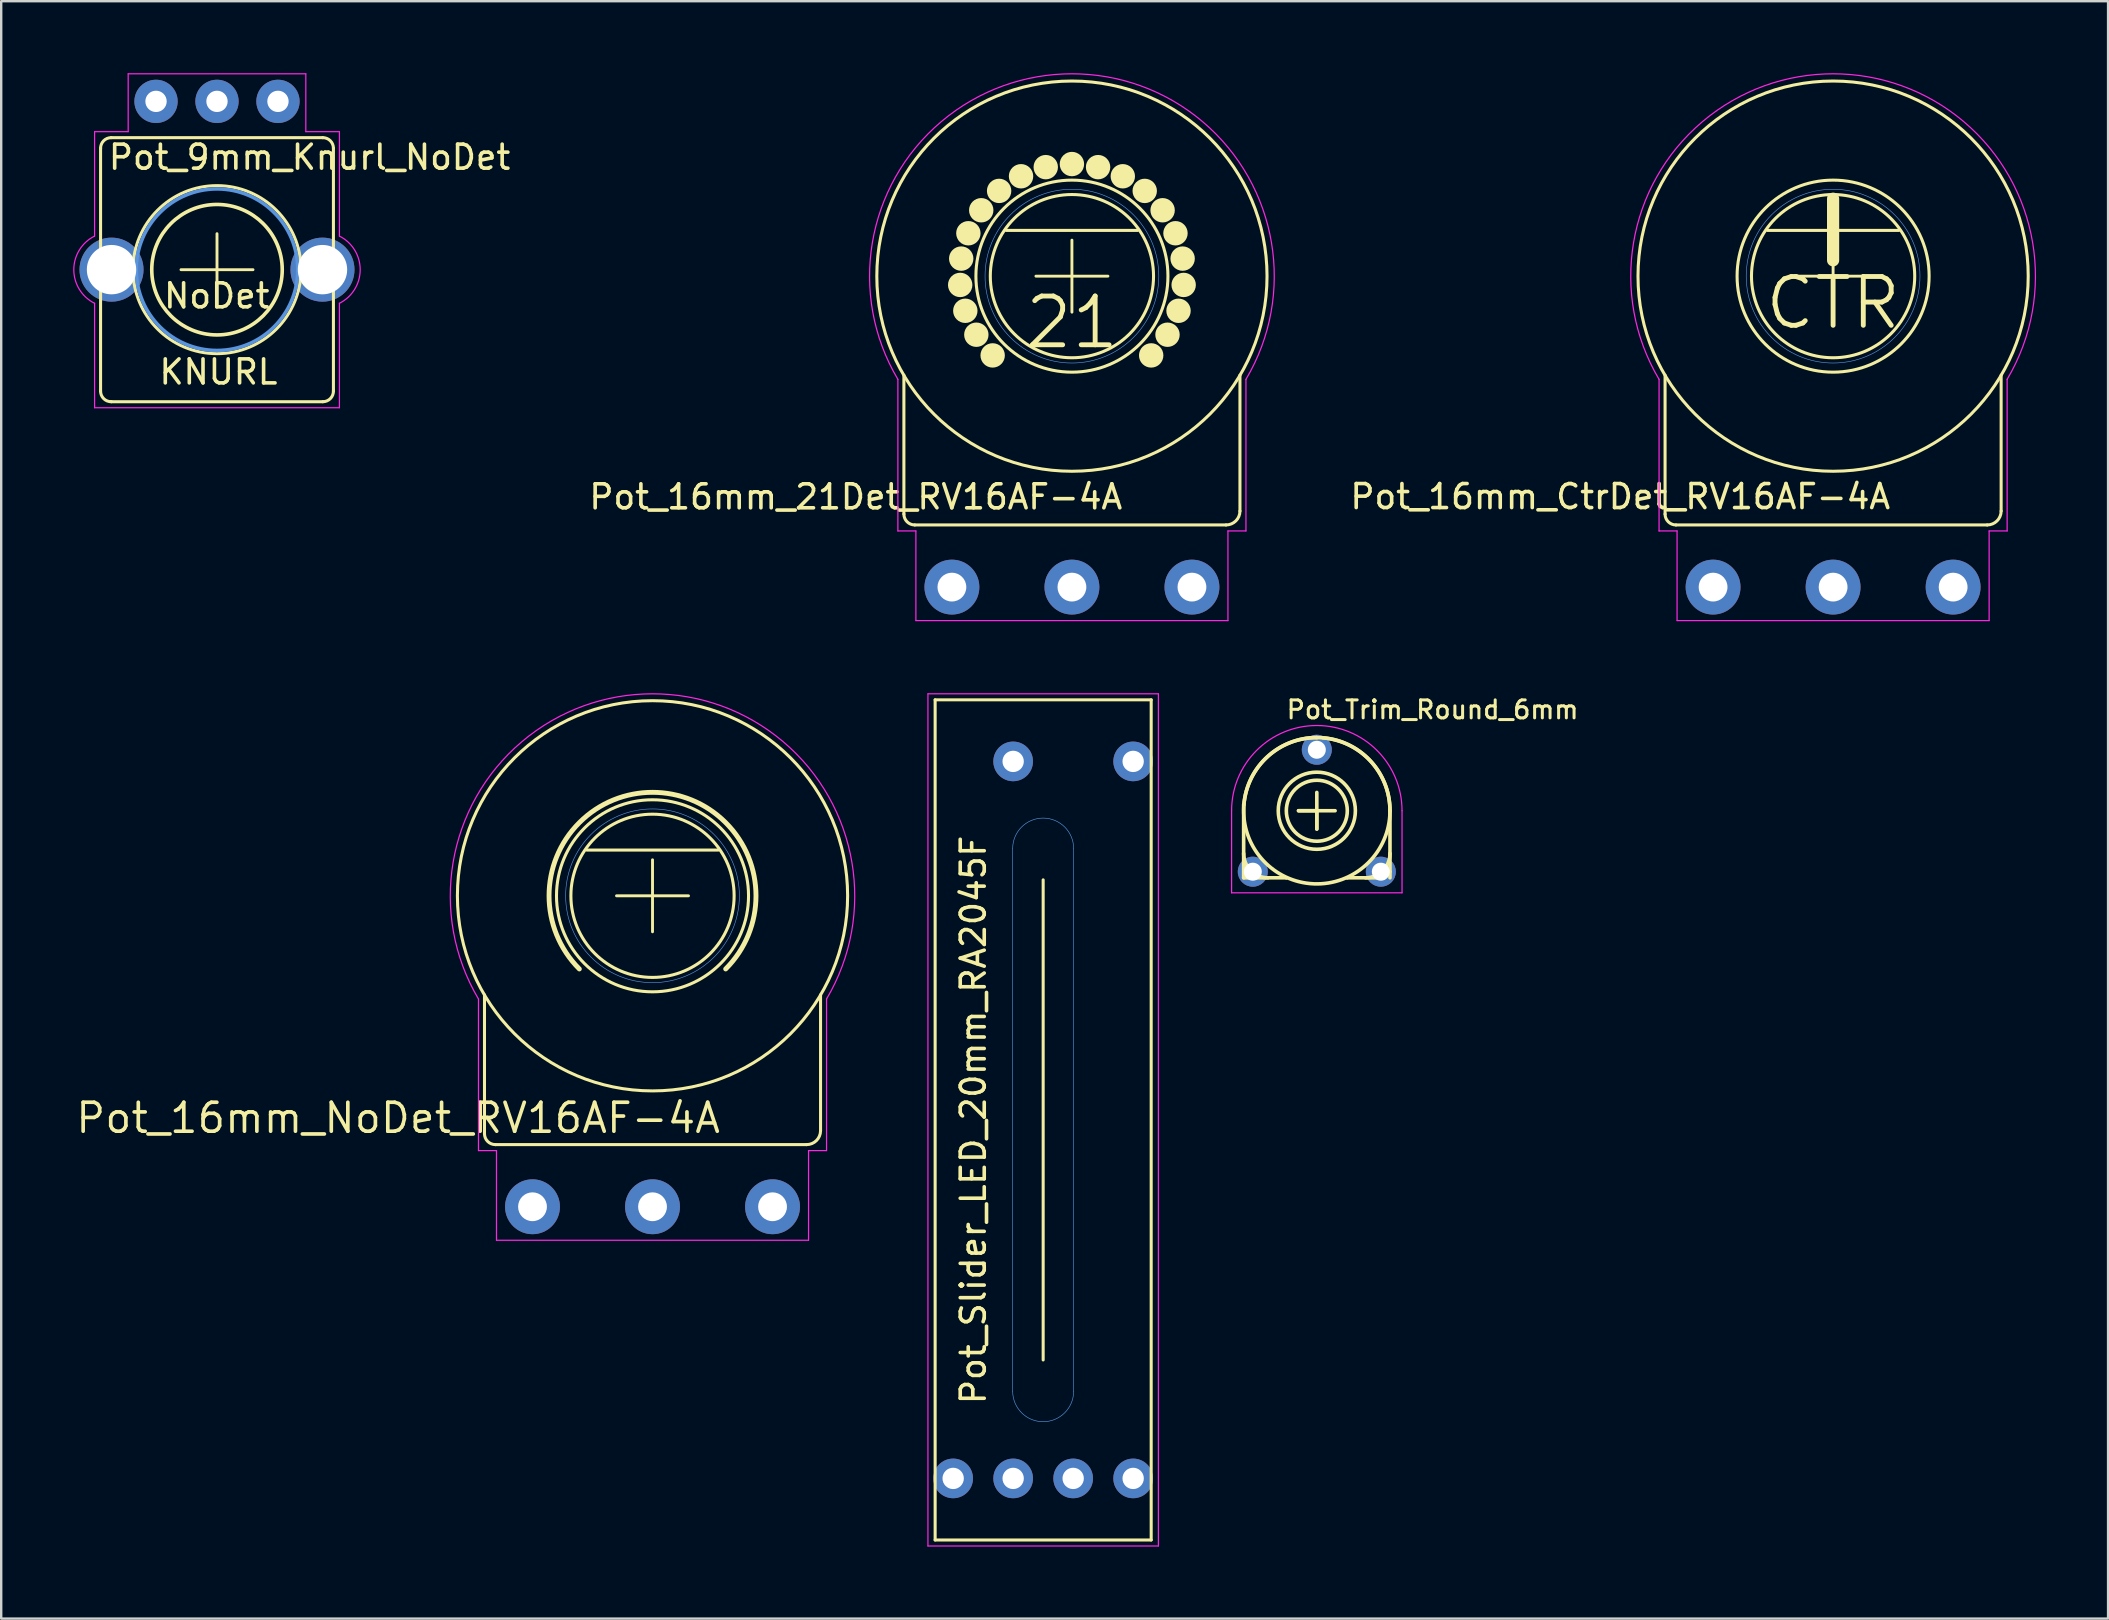
<source format=kicad_pcb>
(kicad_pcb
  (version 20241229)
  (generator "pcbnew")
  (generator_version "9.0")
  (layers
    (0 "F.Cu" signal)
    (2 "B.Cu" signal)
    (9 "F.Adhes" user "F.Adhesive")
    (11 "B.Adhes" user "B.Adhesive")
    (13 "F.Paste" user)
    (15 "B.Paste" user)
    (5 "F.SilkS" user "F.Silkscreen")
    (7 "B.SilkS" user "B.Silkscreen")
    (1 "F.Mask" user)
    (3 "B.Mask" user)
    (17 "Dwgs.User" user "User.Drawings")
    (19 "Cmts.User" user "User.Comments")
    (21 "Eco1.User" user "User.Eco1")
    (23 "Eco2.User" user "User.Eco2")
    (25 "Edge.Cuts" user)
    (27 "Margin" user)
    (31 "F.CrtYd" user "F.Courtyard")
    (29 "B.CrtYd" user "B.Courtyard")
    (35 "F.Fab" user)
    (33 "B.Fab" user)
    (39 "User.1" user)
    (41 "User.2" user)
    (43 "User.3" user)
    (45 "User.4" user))
  (footprint "Pot_16mm_21Det_RV16AF-4A"
    (layer "F.Cu")
    (at 41.605 8.454)
    (property "Reference" "Pot_16mm_21Det_RV16AF-4A" (at 2.19 8.61 0) (layer "F.SilkS") (effects (font (size 1 1) (thickness 0.15)) (justify right top)))
    (attr through_hole)
    (fp_line (start -7 4.127) (end -7 9.912) (stroke (width 0.127) (type solid)) (layer "F.SilkS"))
    (fp_line (start -6.547 10.365) (end 6.42 10.365) (stroke (width 0.127) (type solid)) (layer "F.SilkS"))
    (fp_line (start -2.738 -1.905) (end 2.738 -1.905) (stroke (width 0.127) (type solid)) (layer "F.SilkS"))
    (fp_line (start -1.5 0) (end 1.5 0) (stroke (width 0.12) (type solid)) (layer "F.SilkS"))
    (fp_line (start 0 1.5) (end 0 -1.5) (stroke (width 0.12) (type solid)) (layer "F.SilkS"))
    (fp_line (start 7 9.785) (end 7 4.127) (stroke (width 0.127) (type solid)) (layer "F.SilkS"))
    (fp_arc (start -6.546894 10.365) (mid -6.867288 10.232288) (end -7 9.911894) (stroke (width 0.127) (type solid)) (layer "F.SilkS"))
    (fp_arc (start 7 9.784894) (mid 6.830091 10.195091) (end 6.419894 10.365) (stroke (width 0.127) (type solid)) (layer "F.SilkS"))
    (fp_circle (center -4.655 0.366) (end -4.655 0.62) (stroke (width 0.508) (type solid)) (fill no) (layer "F.SilkS"))
    (fp_circle (center -4.612 -0.731) (end -4.612 -0.477) (stroke (width 0.508) (type solid)) (fill no) (layer "F.SilkS"))
    (fp_circle (center -4.441 1.443) (end -4.441 1.697) (stroke (width 0.508) (type solid)) (fill no) (layer "F.SilkS"))
    (fp_circle (center -4.314 -1.787) (end -4.314 -1.533) (stroke (width 0.508) (type solid)) (fill no) (layer "F.SilkS"))
    (fp_circle (center -3.982 2.44) (end -3.982 2.694) (stroke (width 0.508) (type solid)) (fill no) (layer "F.SilkS"))
    (fp_circle (center -3.778 -2.745) (end -3.778 -2.491) (stroke (width 0.508) (type solid)) (fill no) (layer "F.SilkS"))
    (fp_circle (center -3.302 3.302) (end -3.302 3.556) (stroke (width 0.508) (type solid)) (fill no) (layer "F.SilkS"))
    (fp_circle (center -3.033 -3.551) (end -3.033 -3.297) (stroke (width 0.508) (type solid)) (fill no) (layer "F.SilkS"))
    (fp_circle (center -2.12 -4.161) (end -2.12 -3.907) (stroke (width 0.508) (type solid)) (fill no) (layer "F.SilkS"))
    (fp_circle (center -1.09 -4.541) (end -1.09 -4.287) (stroke (width 0.508) (type solid)) (fill no) (layer "F.SilkS"))
    (fp_circle (center 0 -4.67) (end 0 -4.416) (stroke (width 0.508) (type solid)) (fill no) (layer "F.SilkS"))
    (fp_circle (center 0 0) (end 3.4 0) (stroke (width 0.127) (type solid)) (fill no) (layer "F.SilkS"))
    (fp_circle (center 0 0) (end 4 0) (stroke (width 0.127) (type solid)) (fill no) (layer "F.SilkS"))
    (fp_circle (center 0 0) (end 8.128 0) (stroke (width 0.127) (type solid)) (fill no) (layer "F.SilkS"))
    (fp_circle (center 1.09 -4.541) (end 1.09 -4.287) (stroke (width 0.508) (type solid)) (fill no) (layer "F.SilkS"))
    (fp_circle (center 2.12 -4.161) (end 2.12 -3.907) (stroke (width 0.508) (type solid)) (fill no) (layer "F.SilkS"))
    (fp_circle (center 3.033 -3.551) (end 3.033 -3.297) (stroke (width 0.508) (type solid)) (fill no) (layer "F.SilkS"))
    (fp_circle (center 3.302 3.302) (end 3.302 3.556) (stroke (width 0.508) (type solid)) (fill no) (layer "F.SilkS"))
    (fp_circle (center 3.778 -2.745) (end 3.778 -2.491) (stroke (width 0.508) (type solid)) (fill no) (layer "F.SilkS"))
    (fp_circle (center 3.982 2.44) (end 3.982 2.694) (stroke (width 0.508) (type solid)) (fill no) (layer "F.SilkS"))
    (fp_circle (center 4.314 -1.787) (end 4.314 -1.533) (stroke (width 0.508) (type solid)) (fill no) (layer "F.SilkS"))
    (fp_circle (center 4.441 1.443) (end 4.441 1.697) (stroke (width 0.508) (type solid)) (fill no) (layer "F.SilkS"))
    (fp_circle (center 4.612 -0.731) (end 4.612 -0.477) (stroke (width 0.508) (type solid)) (fill no) (layer "F.SilkS"))
    (fp_circle (center 4.655 0.366) (end 4.655 0.62) (stroke (width 0.508) (type solid)) (fill no) (layer "F.SilkS"))
    (fp_circle (center 0 0) (end 3.619 0) (stroke (width 0.025) (type solid)) (fill no) (layer "Cmts.User"))
    (fp_line (start -7.25 4.3) (end -7.25 10.615) (stroke (width 0.05) (type solid)) (layer "F.CrtYd"))
    (fp_line (start -7.25 10.615) (end -6.5 10.615) (stroke (width 0.05) (type solid)) (layer "F.CrtYd"))
    (fp_line (start -6.5 10.615) (end -6.5 14.35) (stroke (width 0.05) (type solid)) (layer "F.CrtYd"))
    (fp_line (start -6.5 14.35) (end 6.5 14.35) (stroke (width 0.05) (type solid)) (layer "F.CrtYd"))
    (fp_line (start 6.5 10.615) (end 7.25 10.615) (stroke (width 0.05) (type solid)) (layer "F.CrtYd"))
    (fp_line (start 6.5 14.35) (end 6.5 10.615) (stroke (width 0.05) (type solid)) (layer "F.CrtYd"))
    (fp_line (start 7.25 10.615) (end 7.25 4.3) (stroke (width 0.05) (type solid)) (layer "F.CrtYd"))
    (fp_arc (start -7.249999 4.3) (mid 0 -8.429264) (end 7.249999 4.299999) (stroke (width 0.05) (type solid)) (layer "F.CrtYd"))
    (fp_text user "21" (at 0 1.93 0) (layer "F.SilkS") (effects (font (size 2.032 2.032) (thickness 0.203))))
    (pad "1" thru_hole circle (at -5 12.954 90) (size 2.286 2.286) (drill 1.2) (layers "*.Cu" "*.Mask"))
    (pad "2" thru_hole circle (at 0 12.954 90) (size 2.286 2.286) (drill 1.2) (layers "*.Cu" "*.Mask"))
    (pad "3" thru_hole circle (at 5 12.954 90) (size 2.286 2.286) (drill 1.2) (layers "*.Cu" "*.Mask")))
  (footprint "Pot_Trim_Round_6mm"
    (layer "F.Cu")
    (at 51.807 30.724)
    (property "Reference" "Pot_Trim_Round_6mm" (at -1.33 -3.77 0) (layer "F.SilkS") (effects (font (size 0.75 0.75) (thickness 0.125)) (justify left bottom)))
    (attr through_hole)
    (fp_line (start -3.048 2.794) (end -3.048 -0.254) (stroke (width 0.15) (type solid)) (layer "F.SilkS"))
    (fp_line (start -3.048 2.794) (end -1.27 2.794) (stroke (width 0.15) (type solid)) (layer "F.SilkS"))
    (fp_line (start -1.27 2.794) (end -1.27 2.794) (stroke (width 0.15) (type solid)) (layer "F.SilkS"))
    (fp_line (start -0.762 0) (end 0.762 0) (stroke (width 0.15) (type solid)) (layer "F.SilkS"))
    (fp_line (start 0 -0.762) (end 0 0.762) (stroke (width 0.15) (type solid)) (layer "F.SilkS"))
    (fp_line (start 0 0) (end -0.762 0) (stroke (width 0.15) (type solid)) (layer "F.SilkS"))
    (fp_line (start 0 0.762) (end 0 0) (stroke (width 0.15) (type solid)) (layer "F.SilkS"))
    (fp_line (start 1.27 2.794) (end 1.27 2.794) (stroke (width 0.15) (type solid)) (layer "F.SilkS"))
    (fp_line (start 2.794 2.794) (end 1.27 2.794) (stroke (width 0.15) (type solid)) (layer "F.SilkS"))
    (fp_line (start 3.048 0) (end 3.048 2.54) (stroke (width 0.15) (type solid)) (layer "F.SilkS"))
    (fp_line (start 3.048 2.54) (end 3.048 2.794) (stroke (width 0.15) (type solid)) (layer "F.SilkS"))
    (fp_arc (start -3.037471 -0.253123) (mid -2.063829 -2.242969) (end 0 -3.048) (stroke (width 0.15) (type solid)) (layer "F.SilkS"))
    (fp_arc (start -2.032 2.794) (mid -2.75042 2.49642) (end -3.048 1.778) (stroke (width 0.15) (type solid)) (layer "F.SilkS"))
    (fp_arc (start 0 -3.048) (mid 2.155261 -2.155261) (end 3.048 0) (stroke (width 0.15) (type solid)) (layer "F.SilkS"))
    (fp_arc (start 0.253123 -3.037471) (mid -0.126671 3.045366) (end 0 -3.048) (stroke (width 0.15) (type solid)) (layer "F.SilkS"))
    (fp_arc (start 3.048 1.778) (mid 2.75042 2.49642) (end 2.032 2.794) (stroke (width 0.15) (type solid)) (layer "F.SilkS"))
    (fp_circle (center 0 0) (end 0.508 1.524) (stroke (width 0.15) (type solid)) (fill no) (layer "F.SilkS"))
    (fp_circle (center 0 0) (end 0.762 1.016) (stroke (width 0.15) (type solid)) (fill no) (layer "F.SilkS"))
    (fp_line (start -3.55 3.42) (end -3.55 0) (stroke (width 0.05) (type solid)) (layer "F.CrtYd"))
    (fp_line (start -3.55 3.42) (end 3.55 3.42) (stroke (width 0.05) (type solid)) (layer "F.CrtYd"))
    (fp_line (start 3.55 3.42) (end 3.55 0) (stroke (width 0.05) (type solid)) (layer "F.CrtYd"))
    (fp_arc (start -3.55 0) (mid 0 -3.55) (end 3.55 0) (stroke (width 0.05) (type solid)) (layer "F.CrtYd"))
    (pad "1" thru_hole circle (at -2.667 2.54) (size 1.25 1.25) (drill 0.75) (layers "*.Cu" "*.Mask"))
    (pad "2" thru_hole circle (at 0 -2.54) (size 1.25 1.25) (drill 0.75) (layers "*.Cu" "*.Mask"))
    (pad "3" thru_hole circle (at 2.667 2.54) (size 1.25 1.25) (drill 0.75) (layers "*.Cu" "*.Mask")))
  (footprint "Pot_16mm_CtrDet_RV16AF-4A"
    (layer "F.Cu")
    (at 73.315 8.454)
    (property "Reference" "Pot_16mm_CtrDet_RV16AF-4A" (at 2.47 8.6 0) (layer "F.SilkS") (effects (font (size 1 1) (thickness 0.15)) (justify right top)))
    (attr through_hole)
    (fp_line (start -7 4.127) (end -7 9.912) (stroke (width 0.127) (type solid)) (layer "F.SilkS"))
    (fp_line (start -6.547 10.365) (end 6.42 10.365) (stroke (width 0.127) (type solid)) (layer "F.SilkS"))
    (fp_line (start -2.738 -1.905) (end 2.738 -1.905) (stroke (width 0.127) (type solid)) (layer "F.SilkS"))
    (fp_line (start -1.5 0) (end 1.5 0) (stroke (width 0.12) (type solid)) (layer "F.SilkS"))
    (fp_line (start 0 -3.226) (end 0 -0.66) (stroke (width 0.508) (type solid)) (layer "F.SilkS"))
    (fp_line (start 0 1.5) (end 0 -1.5) (stroke (width 0.12) (type solid)) (layer "F.SilkS"))
    (fp_line (start 7 9.785) (end 7 4.127) (stroke (width 0.127) (type solid)) (layer "F.SilkS"))
    (fp_arc (start -6.546894 10.365) (mid -6.867288 10.232288) (end -7 9.911894) (stroke (width 0.127) (type solid)) (layer "F.SilkS"))
    (fp_arc (start 7 9.784894) (mid 6.830091 10.195091) (end 6.419894 10.365) (stroke (width 0.127) (type solid)) (layer "F.SilkS"))
    (fp_circle (center 0 0) (end 3.4 0) (stroke (width 0.127) (type solid)) (fill no) (layer "F.SilkS"))
    (fp_circle (center 0 0) (end 4 0) (stroke (width 0.127) (type solid)) (fill no) (layer "F.SilkS"))
    (fp_circle (center 0 0) (end 8.128 0) (stroke (width 0.127) (type solid)) (fill no) (layer "F.SilkS"))
    (fp_circle (center 0 0) (end 3.619 0) (stroke (width 0.025) (type solid)) (fill no) (layer "Cmts.User"))
    (fp_line (start -7.25 4.3) (end -7.25 10.615) (stroke (width 0.05) (type solid)) (layer "F.CrtYd"))
    (fp_line (start -7.25 10.615) (end -6.5 10.615) (stroke (width 0.05) (type solid)) (layer "F.CrtYd"))
    (fp_line (start -6.5 10.615) (end -6.5 14.35) (stroke (width 0.05) (type solid)) (layer "F.CrtYd"))
    (fp_line (start -6.5 14.35) (end 6.5 14.35) (stroke (width 0.05) (type solid)) (layer "F.CrtYd"))
    (fp_line (start 6.5 10.615) (end 7.25 10.615) (stroke (width 0.05) (type solid)) (layer "F.CrtYd"))
    (fp_line (start 6.5 14.35) (end 6.5 10.615) (stroke (width 0.05) (type solid)) (layer "F.CrtYd"))
    (fp_line (start 7.25 10.615) (end 7.25 4.3) (stroke (width 0.05) (type solid)) (layer "F.CrtYd"))
    (fp_arc (start -7.249999 4.3) (mid 0 -8.429264) (end 7.249999 4.299999) (stroke (width 0.05) (type solid)) (layer "F.CrtYd"))
    (fp_text user "CTR" (at 0 1.118 0) (layer "F.SilkS") (effects (font (size 2.032 2.032) (thickness 0.203))))
    (pad "1" thru_hole circle (at -5 12.954 90) (size 2.286 2.286) (drill 1.2) (layers "*.Cu" "*.Mask"))
    (pad "2" thru_hole circle (at 0 12.954 90) (size 2.286 2.286) (drill 1.2) (layers "*.Cu" "*.Mask"))
    (pad "3" thru_hole circle (at 5 12.954 90) (size 2.286 2.286) (drill 1.2) (layers "*.Cu" "*.Mask")))
  (footprint "Pot_9mm_Knurl_NoDet"
    (layer "F.Cu")
    (at 5.99 8.185)
    (property "Reference" "Pot_9mm_Knurl_NoDet" (at -4.6 -4.1 0) (layer "F.SilkS") (effects (font (size 1 1) (thickness 0.15)) (justify left bottom)))
    (attr through_hole)
    (fp_line (start -4.85 -5.06) (end -4.85 5.06) (stroke (width 0.127) (type solid)) (layer "F.SilkS"))
    (fp_line (start -4.41 5.5) (end 4.41 5.5) (stroke (width 0.127) (type solid)) (layer "F.SilkS"))
    (fp_line (start -1.5 0) (end 1.5 0) (stroke (width 0.12) (type solid)) (layer "F.SilkS"))
    (fp_line (start 0 1.5) (end 0 -1.5) (stroke (width 0.12) (type solid)) (layer "F.SilkS"))
    (fp_line (start 4.41 -5.5) (end -4.41 -5.5) (stroke (width 0.127) (type solid)) (layer "F.SilkS"))
    (fp_line (start 4.85 5.06) (end 4.85 -5.06) (stroke (width 0.127) (type solid)) (layer "F.SilkS"))
    (fp_arc (start -4.849887 -5.050018) (mid -4.724637 -5.367578) (end -4.41 -5.5) (stroke (width 0.127) (type solid)) (layer "F.SilkS"))
    (fp_arc (start -4.400018 5.499887) (mid -4.717578 5.374637) (end -4.85 5.06) (stroke (width 0.127) (type solid)) (layer "F.SilkS"))
    (fp_arc (start 1.651 -2.159) (mid -1.651 2.159) (end 1.651 -2.159) (stroke (width 0.15) (type solid)) (layer "F.SilkS"))
    (fp_arc (start 4.400018 -5.499887) (mid 4.717578 -5.374637) (end 4.85 -5.06) (stroke (width 0.127) (type solid)) (layer "F.SilkS"))
    (fp_arc (start 4.849887 5.050018) (mid 4.724637 5.367578) (end 4.41 5.5) (stroke (width 0.127) (type solid)) (layer "F.SilkS"))
    (fp_circle (center -0.000163 -0.002) (end -3.5 -0.002) (stroke (width 0.127) (type solid)) (fill no) (layer "F.SilkS"))
    (fp_circle (center 0 0) (end -3.365 0) (stroke (width 0.15) (type solid)) (fill no) (layer "Cmts.User"))
    (fp_line (start -5.1 -5.75) (end -5.1 -1.4) (stroke (width 0.05) (type solid)) (layer "F.CrtYd"))
    (fp_line (start -5.1 1.4) (end -5.1 5.75) (stroke (width 0.05) (type solid)) (layer "F.CrtYd"))
    (fp_line (start -5.1 5.75) (end 5.1 5.75) (stroke (width 0.05) (type solid)) (layer "F.CrtYd"))
    (fp_line (start -3.7 -8.16) (end -3.7 -5.75) (stroke (width 0.05) (type solid)) (layer "F.CrtYd"))
    (fp_line (start -3.7 -5.75) (end -5.1 -5.75) (stroke (width 0.05) (type solid)) (layer "F.CrtYd"))
    (fp_line (start 3.7 -8.16) (end -3.7 -8.16) (stroke (width 0.05) (type solid)) (layer "F.CrtYd"))
    (fp_line (start 3.7 -5.75) (end 3.7 -8.16) (stroke (width 0.05) (type solid)) (layer "F.CrtYd"))
    (fp_line (start 5.1 -5.75) (end 3.7 -5.75) (stroke (width 0.05) (type solid)) (layer "F.CrtYd"))
    (fp_line (start 5.1 -1.4) (end 5.1 -5.75) (stroke (width 0.05) (type solid)) (layer "F.CrtYd"))
    (fp_line (start 5.1 5.75) (end 5.1 1.4) (stroke (width 0.05) (type solid)) (layer "F.CrtYd"))
    (fp_arc (start -5.099264 1.400368) (mid -5.965248 0.000411) (end -5.1 -1.4) (stroke (width 0.05) (type solid)) (layer "F.CrtYd"))
    (fp_arc (start 5.099264 -1.400368) (mid 5.965248 -0.000411) (end 5.1 1.4) (stroke (width 0.05) (type solid)) (layer "F.CrtYd"))
    (fp_text user "NoDet" (at -0.01 1.09 0) (layer "F.SilkS") (effects (font (size 1 1) (thickness 0.15))))
    (fp_text user "KNURL" (at 0.06 4.26 180) (layer "F.SilkS") (effects (font (size 1 1) (thickness 0.15))))
    (pad "1" thru_hole circle (at 2.54 -7.012 270) (size 1.803 1.803) (drill 0.889) (layers "*.Cu" "*.Mask"))
    (pad "2" thru_hole circle (at -0.000163 -7.012 270) (size 1.803 1.803) (drill 0.889) (layers "*.Cu" "*.Mask"))
    (pad "3" thru_hole circle (at -2.54 -7.012 270) (size 1.803 1.803) (drill 0.889) (layers "*.Cu" "*.Mask"))
    (pad "4" thru_hole circle (at 4.394 -0.002) (size 2.667 2.667) (drill 2.057) (layers "*.Cu" "*.Mask"))
    (pad "5" thru_hole circle (at -4.394 -0.002) (size 2.667 2.667) (drill 2.057) (layers "*.Cu" "*.Mask")))
  (footprint "Pot_16mm_NoDet_RV16AF-4A"
    (layer "F.Cu")
    (at 24.133 34.268)
    (property "Reference" "Pot_16mm_NoDet_RV16AF-4A" (at 2.913 8.551 0) (layer "F.SilkS") (effects (font (size 1.206 1.206) (thickness 0.152)) (justify right top)))
    (attr through_hole)
    (fp_line (start -7 4.127) (end -7 9.912) (stroke (width 0.127) (type solid)) (layer "F.SilkS"))
    (fp_line (start -6.547 10.365) (end 6.42 10.365) (stroke (width 0.127) (type solid)) (layer "F.SilkS"))
    (fp_line (start -2.738 -1.905) (end 2.738 -1.905) (stroke (width 0.127) (type solid)) (layer "F.SilkS"))
    (fp_line (start -1.5 0) (end 1.5 0) (stroke (width 0.12) (type solid)) (layer "F.SilkS"))
    (fp_line (start 0 1.5) (end 0 -1.5) (stroke (width 0.12) (type solid)) (layer "F.SilkS"))
    (fp_line (start 7 9.785) (end 7 4.127) (stroke (width 0.127) (type solid)) (layer "F.SilkS"))
    (fp_arc (start -6.546894 10.365) (mid -6.867288 10.232288) (end -7 9.911894) (stroke (width 0.127) (type solid)) (layer "F.SilkS"))
    (fp_arc (start -3.048 3.048) (mid 0 -4.310523) (end 3.048 3.048) (stroke (width 0.2032) (type solid)) (layer "F.SilkS"))
    (fp_arc (start 7 9.784894) (mid 6.830091 10.195091) (end 6.419894 10.365) (stroke (width 0.127) (type solid)) (layer "F.SilkS"))
    (fp_circle (center 0 0) (end 3.4 0) (stroke (width 0.127) (type solid)) (fill no) (layer "F.SilkS"))
    (fp_circle (center 0 0) (end 4 0) (stroke (width 0.127) (type solid)) (fill no) (layer "F.SilkS"))
    (fp_circle (center 0 0) (end 8.128 0) (stroke (width 0.127) (type solid)) (fill no) (layer "F.SilkS"))
    (fp_circle (center 0 0) (end 3.619 0) (stroke (width 0.025) (type solid)) (fill no) (layer "Cmts.User"))
    (fp_line (start -7.25 4.3) (end -7.25 10.615) (stroke (width 0.05) (type solid)) (layer "F.CrtYd"))
    (fp_line (start -7.25 10.615) (end -6.5 10.615) (stroke (width 0.05) (type solid)) (layer "F.CrtYd"))
    (fp_line (start -6.5 10.615) (end -6.5 14.35) (stroke (width 0.05) (type solid)) (layer "F.CrtYd"))
    (fp_line (start 6.5 10.615) (end 7.25 10.615) (stroke (width 0.05) (type solid)) (layer "F.CrtYd"))
    (fp_line (start 6.5 14.35) (end -6.5 14.35) (stroke (width 0.05) (type solid)) (layer "F.CrtYd"))
    (fp_line (start 6.5 14.35) (end 6.5 10.615) (stroke (width 0.05) (type solid)) (layer "F.CrtYd"))
    (fp_line (start 7.25 4.3) (end 7.25 10.615) (stroke (width 0.05) (type solid)) (layer "F.CrtYd"))
    (fp_arc (start -7.249999 4.3) (mid 0 -8.414167) (end 7.249999 4.299999) (stroke (width 0.05) (type solid)) (layer "F.CrtYd"))
    (pad "1" thru_hole circle (at -5 12.954 90) (size 2.286 2.286) (drill 1.2) (layers "*.Cu" "*.Mask"))
    (pad "2" thru_hole circle (at 0 12.954 90) (size 2.286 2.286) (drill 1.2) (layers "*.Cu" "*.Mask"))
    (pad "3" thru_hole circle (at 5 12.954 90) (size 2.286 2.286) (drill 1.2) (layers "*.Cu" "*.Mask")))
  (footprint "Pot_Slider_LED_20mm_RA2045F"
    (layer "F.Cu")
    (at 40.407 43.604)
    (property "Reference" "Pot_Slider_LED_20mm_RA2045F" (at -2.91 0 90) (layer "F.SilkS") (effects (font (size 1 1) (thickness 0.15))))
    (attr exclude_from_pos_files exclude_from_bom)
    (fp_line (start -4.5 -17.5) (end -4.5 17.5) (stroke (width 0.127) (type solid)) (layer "F.SilkS"))
    (fp_line (start -4.5 17.5) (end 4.5 17.5) (stroke (width 0.127) (type solid)) (layer "F.SilkS"))
    (fp_line (start 0 10) (end 0 -10) (stroke (width 0.127) (type solid)) (layer "F.SilkS"))
    (fp_line (start 4.5 -17.5) (end -4.5 -17.5) (stroke (width 0.127) (type solid)) (layer "F.SilkS"))
    (fp_line (start 4.5 17.5) (end 4.5 -17.5) (stroke (width 0.127) (type solid)) (layer "F.SilkS"))
    (fp_line (start -1.27 -11.303) (end -1.27 11.303) (stroke (width 0.025) (type solid)) (layer "Cmts.User"))
    (fp_line (start 1.27 -11.303) (end 1.27 11.303) (stroke (width 0.025) (type solid)) (layer "Cmts.User"))
    (fp_arc (start -1.27 -11.303) (mid 0 -12.573) (end 1.27 -11.303) (stroke (width 0.0254) (type solid)) (layer "Cmts.User"))
    (fp_arc (start 1.27 11.303) (mid 0 12.573) (end -1.27 11.303) (stroke (width 0.0254) (type solid)) (layer "Cmts.User"))
    (fp_line (start -4.8 -17.75) (end -4.8 17.75) (stroke (width 0.05) (type solid)) (layer "F.CrtYd"))
    (fp_line (start -4.8 17.75) (end 4.8 17.75) (stroke (width 0.05) (type solid)) (layer "F.CrtYd"))
    (fp_line (start 4.8 -17.75) (end -4.8 -17.75) (stroke (width 0.05) (type solid)) (layer "F.CrtYd"))
    (fp_line (start 4.8 17.75) (end 4.8 -17.75) (stroke (width 0.05) (type solid)) (layer "F.CrtYd"))
    (pad "LEDA" thru_hole circle (at 3.749 -14.935 90) (size 1.651 1.651) (drill 0.889) (layers "*.Cu" "*.Mask"))
    (pad "LEDC" thru_hole circle (at 3.749 14.935 90) (size 1.651 1.651) (drill 0.889) (layers "*.Cu" "*.Mask"))
    (pad "NC" thru_hole circle (at 1.25 14.935 90) (size 1.651 1.651) (drill 0.889) (layers "*.Cu" "*.Mask"))
    (pad "P1" thru_hole circle (at -1.25 14.935 90) (size 1.651 1.651) (drill 0.889) (layers "*.Cu" "*.Mask"))
    (pad "P2" thru_hole circle (at -3.749 14.935 90) (size 1.651 1.651) (drill 0.889) (layers "*.Cu" "*.Mask"))
    (pad "P3" thru_hole circle (at -1.25 -14.935 90) (size 1.651 1.651) (drill 0.889) (layers "*.Cu" "*.Mask")))
  (gr_rect
    (start -3 -3)
    (end 84.77 64.379)
    (stroke (width 0.1) (type default))
    (fill no)
    (layer "Edge.Cuts")))
</source>
